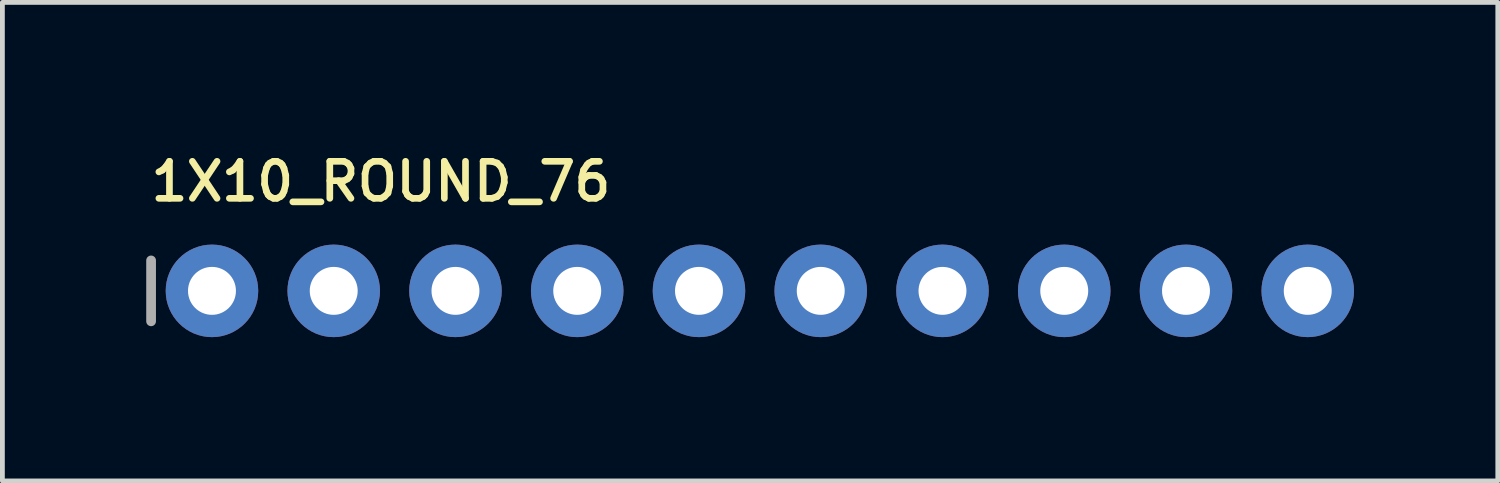
<source format=kicad_pcb>
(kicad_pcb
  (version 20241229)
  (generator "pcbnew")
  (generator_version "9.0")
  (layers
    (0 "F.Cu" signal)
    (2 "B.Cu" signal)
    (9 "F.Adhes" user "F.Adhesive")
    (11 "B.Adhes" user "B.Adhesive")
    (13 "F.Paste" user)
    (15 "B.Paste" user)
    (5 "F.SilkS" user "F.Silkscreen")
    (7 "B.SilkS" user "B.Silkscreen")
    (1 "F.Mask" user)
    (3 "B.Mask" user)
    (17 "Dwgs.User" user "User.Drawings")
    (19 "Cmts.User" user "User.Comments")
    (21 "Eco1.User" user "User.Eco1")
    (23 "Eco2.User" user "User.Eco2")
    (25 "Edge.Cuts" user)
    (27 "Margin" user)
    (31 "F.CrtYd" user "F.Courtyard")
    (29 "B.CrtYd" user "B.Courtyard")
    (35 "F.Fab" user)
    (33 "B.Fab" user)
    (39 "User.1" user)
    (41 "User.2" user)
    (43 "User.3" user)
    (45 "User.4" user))
  (footprint "1X10_ROUND_76"
    (layer "F.Cu")
    (at 12.802 3.018)
    (property "Reference" "1X10_ROUND_76" (at -12.776 -1.829 180) (layer "F.SilkS") (effects (font (size 0.772 0.772) (thickness 0.139)) (justify left bottom)))
    (attr through_hole)
    (fp_line (start -12.7 -0.635) (end -12.7 0.635) (stroke (width 0.203) (type solid)) (layer "F.Fab"))
    (fp_poly (pts (xy -11.684 0.254) (xy -11.176 0.254) (xy -11.176 -0.254) (xy -11.684 -0.254)) (stroke (width 0.1) (type solid)) (fill no) (layer "F.Fab"))
    (fp_poly (pts (xy -9.144 0.254) (xy -8.636 0.254) (xy -8.636 -0.254) (xy -9.144 -0.254)) (stroke (width 0.1) (type solid)) (fill no) (layer "F.Fab"))
    (fp_poly (pts (xy -6.604 0.254) (xy -6.096 0.254) (xy -6.096 -0.254) (xy -6.604 -0.254)) (stroke (width 0.1) (type solid)) (fill no) (layer "F.Fab"))
    (fp_poly (pts (xy -4.064 0.254) (xy -3.556 0.254) (xy -3.556 -0.254) (xy -4.064 -0.254)) (stroke (width 0.1) (type solid)) (fill no) (layer "F.Fab"))
    (fp_poly (pts (xy -1.524 0.254) (xy -1.016 0.254) (xy -1.016 -0.254) (xy -1.524 -0.254)) (stroke (width 0.1) (type solid)) (fill no) (layer "F.Fab"))
    (fp_poly (pts (xy 1.016 0.254) (xy 1.524 0.254) (xy 1.524 -0.254) (xy 1.016 -0.254)) (stroke (width 0.1) (type solid)) (fill no) (layer "F.Fab"))
    (fp_poly (pts (xy 3.556 0.254) (xy 4.064 0.254) (xy 4.064 -0.254) (xy 3.556 -0.254)) (stroke (width 0.1) (type solid)) (fill no) (layer "F.Fab"))
    (fp_poly (pts (xy 6.096 0.254) (xy 6.604 0.254) (xy 6.604 -0.254) (xy 6.096 -0.254)) (stroke (width 0.1) (type solid)) (fill no) (layer "F.Fab"))
    (fp_poly (pts (xy 8.636 0.254) (xy 9.144 0.254) (xy 9.144 -0.254) (xy 8.636 -0.254)) (stroke (width 0.1) (type solid)) (fill no) (layer "F.Fab"))
    (fp_poly (pts (xy 11.176 0.254) (xy 11.684 0.254) (xy 11.684 -0.254) (xy 11.176 -0.254)) (stroke (width 0.1) (type solid)) (fill no) (layer "F.Fab"))
    (pad "1" thru_hole circle (at -11.43 0 90) (size 1.93 1.93) (drill 1) (layers "*.Cu" "*.Mask"))
    (pad "2" thru_hole circle (at -8.89 0 90) (size 1.93 1.93) (drill 1) (layers "*.Cu" "*.Mask"))
    (pad "3" thru_hole circle (at -6.35 0 90) (size 1.93 1.93) (drill 1) (layers "*.Cu" "*.Mask"))
    (pad "4" thru_hole circle (at -3.81 0 90) (size 1.93 1.93) (drill 1) (layers "*.Cu" "*.Mask"))
    (pad "5" thru_hole circle (at -1.27 0 90) (size 1.93 1.93) (drill 1) (layers "*.Cu" "*.Mask"))
    (pad "6" thru_hole circle (at 1.27 0 90) (size 1.93 1.93) (drill 1) (layers "*.Cu" "*.Mask"))
    (pad "7" thru_hole circle (at 3.81 0 90) (size 1.93 1.93) (drill 1) (layers "*.Cu" "*.Mask"))
    (pad "8" thru_hole circle (at 6.35 0 90) (size 1.93 1.93) (drill 1) (layers "*.Cu" "*.Mask"))
    (pad "9" thru_hole circle (at 8.89 0 90) (size 1.93 1.93) (drill 1) (layers "*.Cu" "*.Mask"))
    (pad "10" thru_hole circle (at 11.43 0 90) (size 1.93 1.93) (drill 1) (layers "*.Cu" "*.Mask")))
  (gr_rect
    (start -3 -3)
    (end 28.197 6.983)
    (stroke (width 0.1) (type default))
    (fill no)
    (layer "Edge.Cuts")))
</source>
